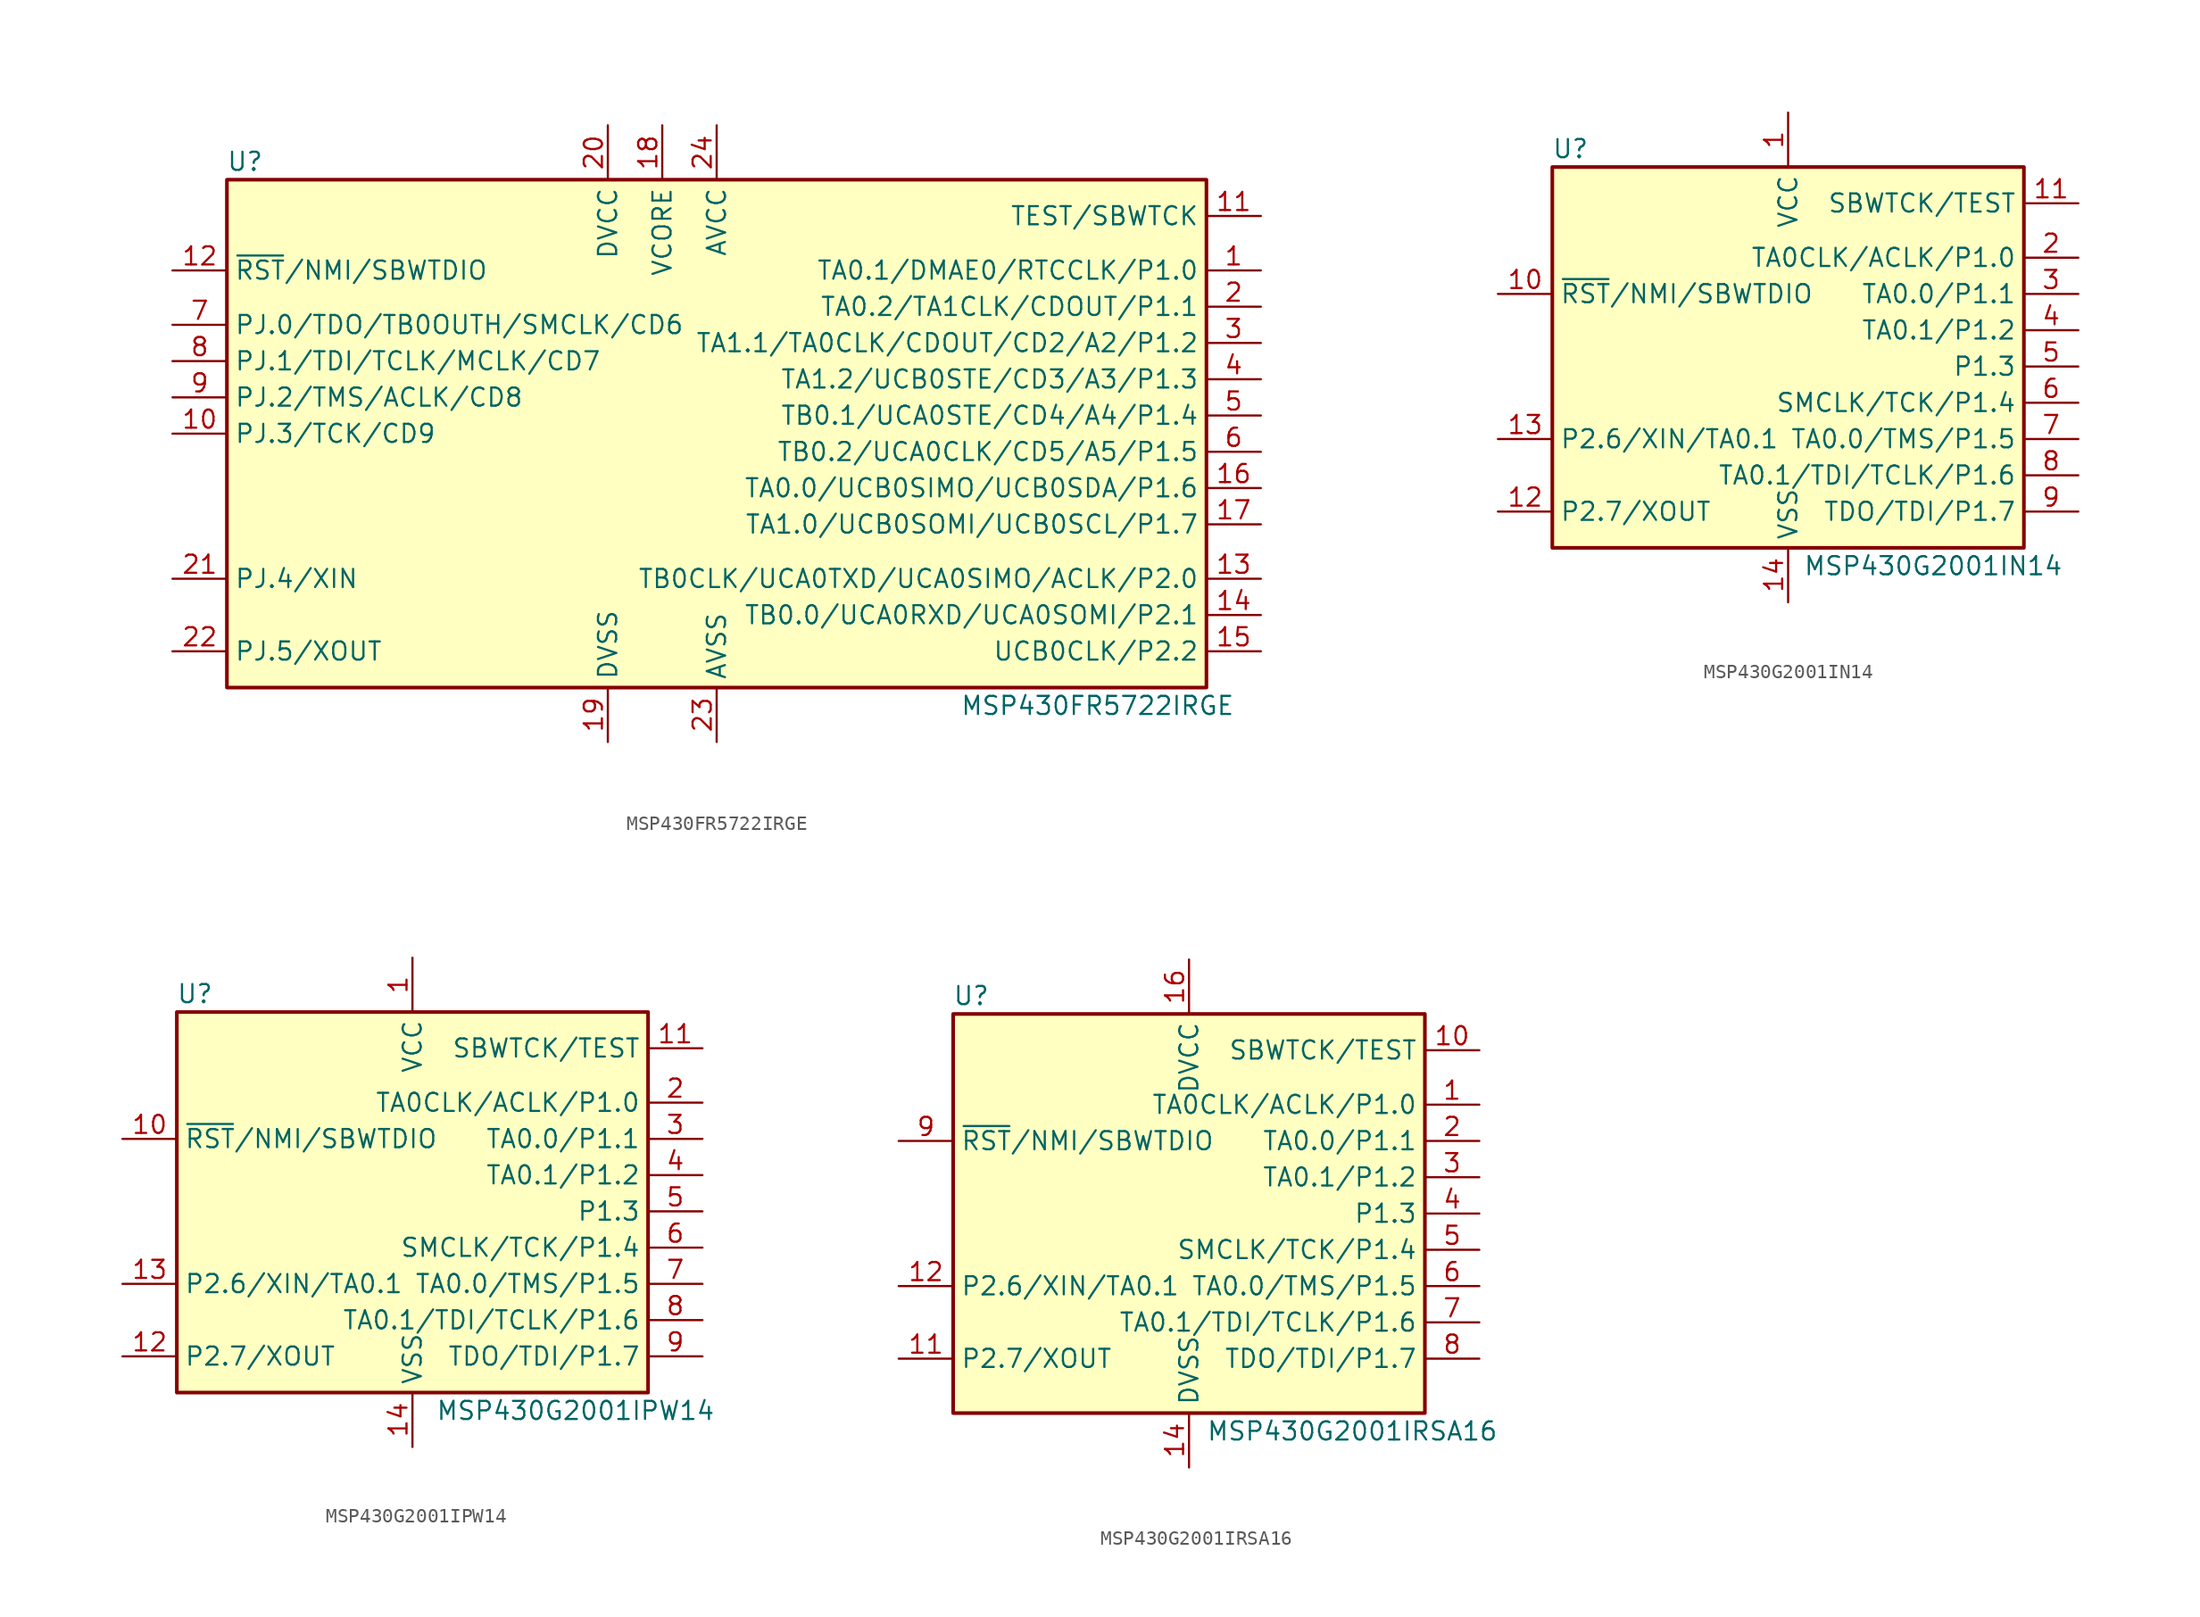
<source format=kicad_sym>
(kicad_symbol_lib
  (version 20201005)
  (generator kicad_symbol_editor)
  (symbol "MCU_Texas_MSP430:MSP430FR5722IRGE"
    (property "Reference" "U"
      (at -33.02 19.05 0)
      (effects (font (size 1.27 1.27))))
    (property "Value" "MSP430FR5722IRGE"
      (at 26.67 -19.05 0)
      (effects (font (size 1.27 1.27))))
    (symbol "MSP430FR5722IRGE_0_1"
      (rectangle (start -34.29 17.78) (end 34.29 -17.78) (stroke (width 0.254)) (fill (type background))))
    (symbol "MSP430FR5722IRGE_1_1"
      (pin bidirectional line (at 38.1 11.43 180) (length 3.81) (name "TA0.1/DMAE0/RTCCLK/P1.0" (effects (font (size 1.27 1.27)))) (number "1" (effects (font (size 1.27 1.27)))))
      (pin bidirectional line (at -38.1 0 0) (length 3.81) (name "PJ.3/TCK/CD9" (effects (font (size 1.27 1.27)))) (number "10" (effects (font (size 1.27 1.27)))))
      (pin input line (at 38.1 15.24 180) (length 3.81) (name "TEST/SBWTCK" (effects (font (size 1.27 1.27)))) (number "11" (effects (font (size 1.27 1.27)))))
      (pin input line (at -38.1 11.43 0) (length 3.81) (name "~RST~/NMI/SBWTDIO" (effects (font (size 1.27 1.27)))) (number "12" (effects (font (size 1.27 1.27)))))
      (pin input line (at 38.1 -10.16 180) (length 3.81) (name "TB0CLK/UCA0TXD/UCA0SIMO/ACLK/P2.0" (effects (font (size 1.27 1.27)))) (number "13" (effects (font (size 1.27 1.27)))))
      (pin input line (at 38.1 -12.7 180) (length 3.81) (name "TB0.0/UCA0RXD/UCA0SOMI/P2.1" (effects (font (size 1.27 1.27)))) (number "14" (effects (font (size 1.27 1.27)))))
      (pin input line (at 38.1 -15.24 180) (length 3.81) (name "UCB0CLK/P2.2" (effects (font (size 1.27 1.27)))) (number "15" (effects (font (size 1.27 1.27)))))
      (pin input line (at 38.1 -3.81 180) (length 3.81) (name "TA0.0/UCB0SIMO/UCB0SDA/P1.6" (effects (font (size 1.27 1.27)))) (number "16" (effects (font (size 1.27 1.27)))))
      (pin input line (at 38.1 -6.35 180) (length 3.81) (name "TA1.0/UCB0SOMI/UCB0SCL/P1.7" (effects (font (size 1.27 1.27)))) (number "17" (effects (font (size 1.27 1.27)))))
      (pin input line (at -3.81 21.59 270) (length 3.81) (name "VCORE" (effects (font (size 1.27 1.27)))) (number "18" (effects (font (size 1.27 1.27)))))
      (pin power_in line (at -7.62 -21.59 90) (length 3.81) (name "DVSS" (effects (font (size 1.27 1.27)))) (number "19" (effects (font (size 1.27 1.27)))))
      (pin bidirectional line (at 38.1 8.89 180) (length 3.81) (name "TA0.2/TA1CLK/CDOUT/P1.1" (effects (font (size 1.27 1.27)))) (number "2" (effects (font (size 1.27 1.27)))))
      (pin power_in line (at -7.62 21.59 270) (length 3.81) (name "DVCC" (effects (font (size 1.27 1.27)))) (number "20" (effects (font (size 1.27 1.27)))))
      (pin input line (at -38.1 -10.16 0) (length 3.81) (name "PJ.4/XIN" (effects (font (size 1.27 1.27)))) (number "21" (effects (font (size 1.27 1.27)))))
      (pin input line (at -38.1 -15.24 0) (length 3.81) (name "PJ.5/XOUT" (effects (font (size 1.27 1.27)))) (number "22" (effects (font (size 1.27 1.27)))))
      (pin power_in line (at 0 -21.59 90) (length 3.81) (name "AVSS" (effects (font (size 1.27 1.27)))) (number "23" (effects (font (size 1.27 1.27)))))
      (pin power_in line (at 0 21.59 270) (length 3.81) (name "AVCC" (effects (font (size 1.27 1.27)))) (number "24" (effects (font (size 1.27 1.27)))))
      (pin bidirectional line (at 38.1 6.35 180) (length 3.81) (name "TA1.1/TA0CLK/CDOUT/CD2/A2/P1.2" (effects (font (size 1.27 1.27)))) (number "3" (effects (font (size 1.27 1.27)))))
      (pin bidirectional line (at 38.1 3.81 180) (length 3.81) (name "TA1.2/UCB0STE/CD3/A3/P1.3" (effects (font (size 1.27 1.27)))) (number "4" (effects (font (size 1.27 1.27)))))
      (pin bidirectional line (at 38.1 1.27 180) (length 3.81) (name "TB0.1/UCA0STE/CD4/A4/P1.4" (effects (font (size 1.27 1.27)))) (number "5" (effects (font (size 1.27 1.27)))))
      (pin bidirectional line (at 38.1 -1.27 180) (length 3.81) (name "TB0.2/UCA0CLK/CD5/A5/P1.5" (effects (font (size 1.27 1.27)))) (number "6" (effects (font (size 1.27 1.27)))))
      (pin bidirectional line (at -38.1 7.62 0) (length 3.81) (name "PJ.0/TDO/TB0OUTH/SMCLK/CD6" (effects (font (size 1.27 1.27)))) (number "7" (effects (font (size 1.27 1.27)))))
      (pin bidirectional line (at -38.1 5.08 0) (length 3.81) (name "PJ.1/TDI/TCLK/MCLK/CD7" (effects (font (size 1.27 1.27)))) (number "8" (effects (font (size 1.27 1.27)))))
      (pin bidirectional line (at -38.1 2.54 0) (length 3.81) (name "PJ.2/TMS/ACLK/CD8" (effects (font (size 1.27 1.27)))) (number "9" (effects (font (size 1.27 1.27)))))))
  (symbol "MCU_Texas_MSP430:MSP430G2001IN14"
    (property "Reference" "U"
      (at -15.24 15.24 0)
      (effects (font (size 1.27 1.27))))
    (property "Value" "MSP430G2001IN14"
      (at 10.16 -13.97 0)
      (effects (font (size 1.27 1.27))))
    (symbol "MSP430G2001IN14_0_1"
      (rectangle (start -16.51 13.97) (end 16.51 -12.7) (stroke (width 0.254)) (fill (type background))))
    (symbol "MSP430G2001IN14_1_1"
      (pin power_in line (at 0 17.78 270) (length 3.81) (name "VCC" (effects (font (size 1.27 1.27)))) (number "1" (effects (font (size 1.27 1.27)))))
      (pin input line (at -20.32 5.08 0) (length 3.81) (name "~RST~/NMI/SBWTDIO" (effects (font (size 1.27 1.27)))) (number "10" (effects (font (size 1.27 1.27)))))
      (pin input line (at 20.32 11.43 180) (length 3.81) (name "SBWTCK/TEST" (effects (font (size 1.27 1.27)))) (number "11" (effects (font (size 1.27 1.27)))))
      (pin bidirectional line (at -20.32 -10.16 0) (length 3.81) (name "P2.7/XOUT" (effects (font (size 1.27 1.27)))) (number "12" (effects (font (size 1.27 1.27)))))
      (pin bidirectional line (at -20.32 -5.08 0) (length 3.81) (name "P2.6/XIN/TA0.1" (effects (font (size 1.27 1.27)))) (number "13" (effects (font (size 1.27 1.27)))))
      (pin power_in line (at 0 -16.51 90) (length 3.81) (name "VSS" (effects (font (size 1.27 1.27)))) (number "14" (effects (font (size 1.27 1.27)))))
      (pin bidirectional line (at 20.32 7.62 180) (length 3.81) (name "TA0CLK/ACLK/P1.0" (effects (font (size 1.27 1.27)))) (number "2" (effects (font (size 1.27 1.27)))))
      (pin bidirectional line (at 20.32 5.08 180) (length 3.81) (name "TA0.0/P1.1" (effects (font (size 1.27 1.27)))) (number "3" (effects (font (size 1.27 1.27)))))
      (pin bidirectional line (at 20.32 2.54 180) (length 3.81) (name "TA0.1/P1.2" (effects (font (size 1.27 1.27)))) (number "4" (effects (font (size 1.27 1.27)))))
      (pin bidirectional line (at 20.32 0 180) (length 3.81) (name "P1.3" (effects (font (size 1.27 1.27)))) (number "5" (effects (font (size 1.27 1.27)))))
      (pin bidirectional line (at 20.32 -2.54 180) (length 3.81) (name "SMCLK/TCK/P1.4" (effects (font (size 1.27 1.27)))) (number "6" (effects (font (size 1.27 1.27)))))
      (pin bidirectional line (at 20.32 -5.08 180) (length 3.81) (name "TA0.0/TMS/P1.5" (effects (font (size 1.27 1.27)))) (number "7" (effects (font (size 1.27 1.27)))))
      (pin bidirectional line (at 20.32 -7.62 180) (length 3.81) (name "TA0.1/TDI/TCLK/P1.6" (effects (font (size 1.27 1.27)))) (number "8" (effects (font (size 1.27 1.27)))))
      (pin bidirectional line (at 20.32 -10.16 180) (length 3.81) (name "TDO/TDI/P1.7" (effects (font (size 1.27 1.27)))) (number "9" (effects (font (size 1.27 1.27)))))))
  (symbol "MCU_Texas_MSP430:MSP430G2001IPW14"
    (property "Reference" "U"
      (at -15.24 15.24 0)
      (effects (font (size 1.27 1.27))))
    (property "Value" "MSP430G2001IPW14"
      (at 11.43 -13.97 0)
      (effects (font (size 1.27 1.27))))
    (symbol "MSP430G2001IPW14_0_1"
      (rectangle (start -16.51 13.97) (end 16.51 -12.7) (stroke (width 0.254)) (fill (type background))))
    (symbol "MSP430G2001IPW14_1_1"
      (pin power_in line (at 0 17.78 270) (length 3.81) (name "VCC" (effects (font (size 1.27 1.27)))) (number "1" (effects (font (size 1.27 1.27)))))
      (pin input line (at -20.32 5.08 0) (length 3.81) (name "~RST~/NMI/SBWTDIO" (effects (font (size 1.27 1.27)))) (number "10" (effects (font (size 1.27 1.27)))))
      (pin input line (at 20.32 11.43 180) (length 3.81) (name "SBWTCK/TEST" (effects (font (size 1.27 1.27)))) (number "11" (effects (font (size 1.27 1.27)))))
      (pin bidirectional line (at -20.32 -10.16 0) (length 3.81) (name "P2.7/XOUT" (effects (font (size 1.27 1.27)))) (number "12" (effects (font (size 1.27 1.27)))))
      (pin bidirectional line (at -20.32 -5.08 0) (length 3.81) (name "P2.6/XIN/TA0.1" (effects (font (size 1.27 1.27)))) (number "13" (effects (font (size 1.27 1.27)))))
      (pin power_in line (at 0 -16.51 90) (length 3.81) (name "VSS" (effects (font (size 1.27 1.27)))) (number "14" (effects (font (size 1.27 1.27)))))
      (pin bidirectional line (at 20.32 7.62 180) (length 3.81) (name "TA0CLK/ACLK/P1.0" (effects (font (size 1.27 1.27)))) (number "2" (effects (font (size 1.27 1.27)))))
      (pin bidirectional line (at 20.32 5.08 180) (length 3.81) (name "TA0.0/P1.1" (effects (font (size 1.27 1.27)))) (number "3" (effects (font (size 1.27 1.27)))))
      (pin bidirectional line (at 20.32 2.54 180) (length 3.81) (name "TA0.1/P1.2" (effects (font (size 1.27 1.27)))) (number "4" (effects (font (size 1.27 1.27)))))
      (pin bidirectional line (at 20.32 0 180) (length 3.81) (name "P1.3" (effects (font (size 1.27 1.27)))) (number "5" (effects (font (size 1.27 1.27)))))
      (pin bidirectional line (at 20.32 -2.54 180) (length 3.81) (name "SMCLK/TCK/P1.4" (effects (font (size 1.27 1.27)))) (number "6" (effects (font (size 1.27 1.27)))))
      (pin bidirectional line (at 20.32 -5.08 180) (length 3.81) (name "TA0.0/TMS/P1.5" (effects (font (size 1.27 1.27)))) (number "7" (effects (font (size 1.27 1.27)))))
      (pin bidirectional line (at 20.32 -7.62 180) (length 3.81) (name "TA0.1/TDI/TCLK/P1.6" (effects (font (size 1.27 1.27)))) (number "8" (effects (font (size 1.27 1.27)))))
      (pin bidirectional line (at 20.32 -10.16 180) (length 3.81) (name "TDO/TDI/P1.7" (effects (font (size 1.27 1.27)))) (number "9" (effects (font (size 1.27 1.27)))))))
  (symbol "MCU_Texas_MSP430:MSP430G2001IRSA16"
    (property "Reference" "U"
      (at -15.24 15.24 0)
      (effects (font (size 1.27 1.27))))
    (property "Value" "MSP430G2001IRSA16"
      (at 11.43 -15.24 0)
      (effects (font (size 1.27 1.27))))
    (symbol "MSP430G2001IRSA16_0_1"
      (rectangle (start -16.51 13.97) (end 16.51 -13.97) (stroke (width 0.254)) (fill (type background))))
    (symbol "MSP430G2001IRSA16_1_1"
      (pin bidirectional line (at 20.32 7.62 180) (length 3.81) (name "TA0CLK/ACLK/P1.0" (effects (font (size 1.27 1.27)))) (number "1" (effects (font (size 1.27 1.27)))))
      (pin input line (at 20.32 11.43 180) (length 3.81) (name "SBWTCK/TEST" (effects (font (size 1.27 1.27)))) (number "10" (effects (font (size 1.27 1.27)))))
      (pin bidirectional line (at -20.32 -10.16 0) (length 3.81) (name "P2.7/XOUT" (effects (font (size 1.27 1.27)))) (number "11" (effects (font (size 1.27 1.27)))))
      (pin bidirectional line (at -20.32 -5.08 0) (length 3.81) (name "P2.6/XIN/TA0.1" (effects (font (size 1.27 1.27)))) (number "12" (effects (font (size 1.27 1.27)))))
      (pin power_in line (at 0 -17.78 90) (length 3.81) (name "DVSS" (effects (font (size 1.27 1.27)))) (number "14" (effects (font (size 1.27 1.27)))))
      (pin power_in line (at 0 17.78 270) (length 3.81) (name "DVCC" (effects (font (size 1.27 1.27)))) (number "16" (effects (font (size 1.27 1.27)))))
      (pin bidirectional line (at 20.32 5.08 180) (length 3.81) (name "TA0.0/P1.1" (effects (font (size 1.27 1.27)))) (number "2" (effects (font (size 1.27 1.27)))))
      (pin bidirectional line (at 20.32 2.54 180) (length 3.81) (name "TA0.1/P1.2" (effects (font (size 1.27 1.27)))) (number "3" (effects (font (size 1.27 1.27)))))
      (pin bidirectional line (at 20.32 0 180) (length 3.81) (name "P1.3" (effects (font (size 1.27 1.27)))) (number "4" (effects (font (size 1.27 1.27)))))
      (pin bidirectional line (at 20.32 -2.54 180) (length 3.81) (name "SMCLK/TCK/P1.4" (effects (font (size 1.27 1.27)))) (number "5" (effects (font (size 1.27 1.27)))))
      (pin bidirectional line (at 20.32 -5.08 180) (length 3.81) (name "TA0.0/TMS/P1.5" (effects (font (size 1.27 1.27)))) (number "6" (effects (font (size 1.27 1.27)))))
      (pin bidirectional line (at 20.32 -7.62 180) (length 3.81) (name "TA0.1/TDI/TCLK/P1.6" (effects (font (size 1.27 1.27)))) (number "7" (effects (font (size 1.27 1.27)))))
      (pin bidirectional line (at 20.32 -10.16 180) (length 3.81) (name "TDO/TDI/P1.7" (effects (font (size 1.27 1.27)))) (number "8" (effects (font (size 1.27 1.27)))))
      (pin input line (at -20.32 5.08 0) (length 3.81) (name "~RST~/NMI/SBWTDIO" (effects (font (size 1.27 1.27)))) (number "9" (effects (font (size 1.27 1.27))))))))
</source>
